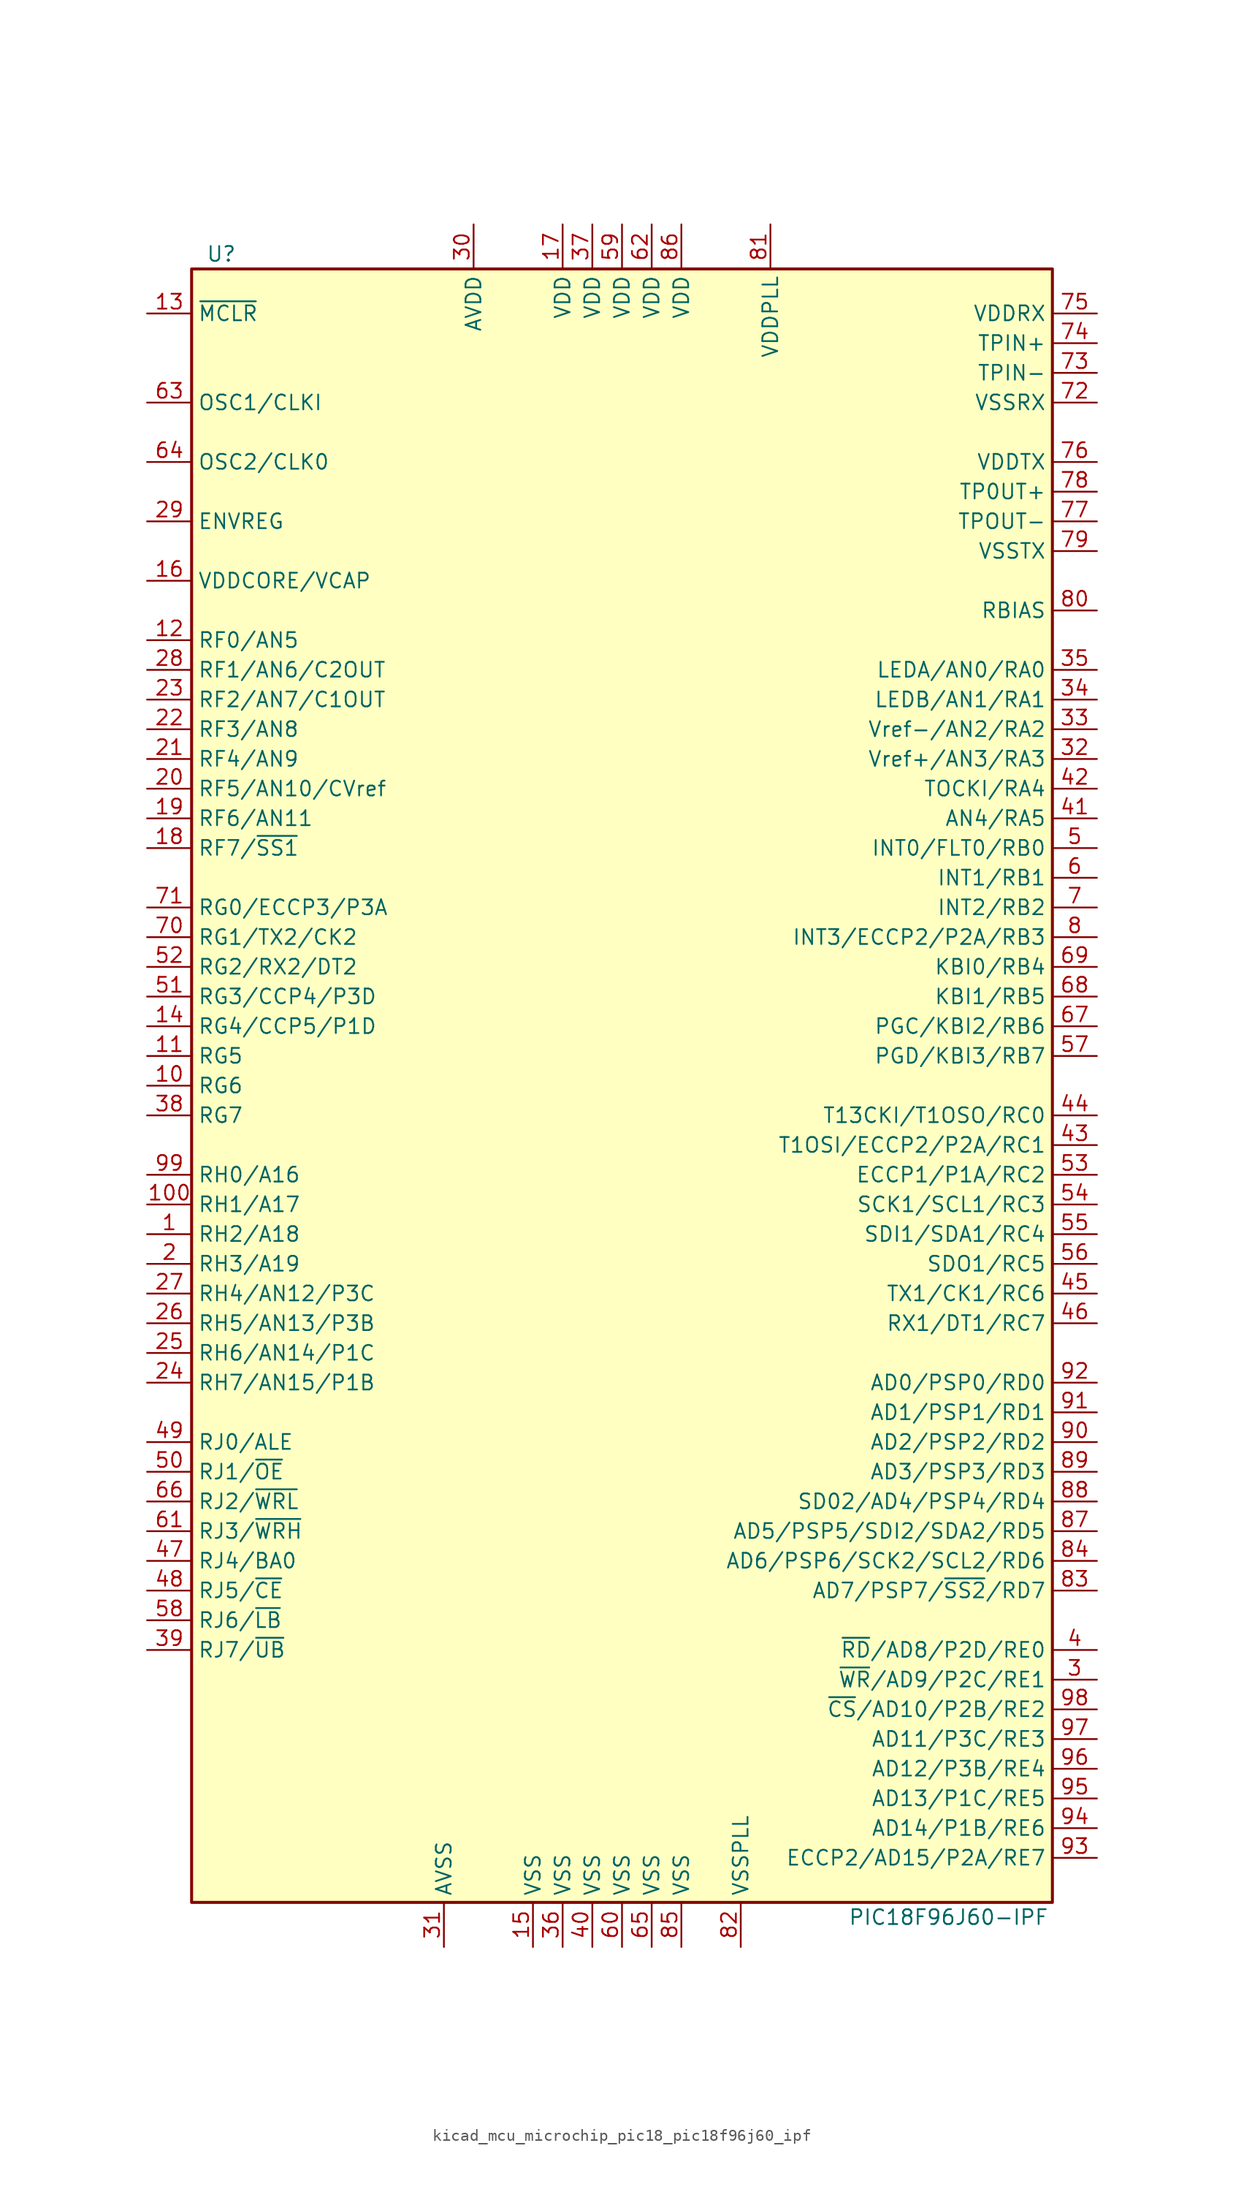
<source format=kicad_sym>
(kicad_symbol_lib
  (version 20220914)
  (generator kicad_symbol_editor)
  (symbol "kicad_mcu_microchip_pic18_pic18f96j60_ipf"
    (property "Reference" "U"
      (at -34.29 71.12 0)
      (effects (font (size 1.27 1.27))))
    (property "Value" "PIC18F96J60-IPF"
      (at 27.94 -71.12 0)
      (effects (font (size 1.27 1.27))))
    (symbol "kicad_mcu_microchip_pic18_pic18f96j60_ipf_0_1"
      (rectangle (start -36.83 69.85) (end 36.83 -69.85) (stroke (width 0.254) (type default)) (fill (type background))))
    (symbol "kicad_mcu_microchip_pic18_pic18f96j60_ipf_1_1"
      (pin bidirectional line (at -40.64 -12.7 0) (length 3.81) (name "RH2/A18" (effects (font (size 1.27 1.27)))) (number "1" (effects (font (size 1.27 1.27)))))
      (pin bidirectional line (at -40.64 0 0) (length 3.81) (name "RG6" (effects (font (size 1.27 1.27)))) (number "10" (effects (font (size 1.27 1.27)))))
      (pin bidirectional line (at -40.64 -10.16 0) (length 3.81) (name "RH1/A17" (effects (font (size 1.27 1.27)))) (number "100" (effects (font (size 1.27 1.27)))))
      (pin bidirectional line (at -40.64 2.54 0) (length 3.81) (name "RG5" (effects (font (size 1.27 1.27)))) (number "11" (effects (font (size 1.27 1.27)))))
      (pin bidirectional line (at -40.64 38.1 0) (length 3.81) (name "RF0/AN5" (effects (font (size 1.27 1.27)))) (number "12" (effects (font (size 1.27 1.27)))))
      (pin input line (at -40.64 66.04 0) (length 3.81) (name "~{MCLR}" (effects (font (size 1.27 1.27)))) (number "13" (effects (font (size 1.27 1.27)))))
      (pin bidirectional line (at -40.64 5.08 0) (length 3.81) (name "RG4/CCP5/P1D" (effects (font (size 1.27 1.27)))) (number "14" (effects (font (size 1.27 1.27)))))
      (pin power_in line (at -7.62 -73.66 90) (length 3.81) (name "VSS" (effects (font (size 1.27 1.27)))) (number "15" (effects (font (size 1.27 1.27)))))
      (pin passive line (at -40.64 43.18 0) (length 3.81) (name "VDDCORE/VCAP" (effects (font (size 1.27 1.27)))) (number "16" (effects (font (size 1.27 1.27)))))
      (pin power_in line (at -5.08 73.66 270) (length 3.81) (name "VDD" (effects (font (size 1.27 1.27)))) (number "17" (effects (font (size 1.27 1.27)))))
      (pin bidirectional line (at -40.64 20.32 0) (length 3.81) (name "RF7/~{SS1}" (effects (font (size 1.27 1.27)))) (number "18" (effects (font (size 1.27 1.27)))))
      (pin bidirectional line (at -40.64 22.86 0) (length 3.81) (name "RF6/AN11" (effects (font (size 1.27 1.27)))) (number "19" (effects (font (size 1.27 1.27)))))
      (pin bidirectional line (at -40.64 -15.24 0) (length 3.81) (name "RH3/A19" (effects (font (size 1.27 1.27)))) (number "2" (effects (font (size 1.27 1.27)))))
      (pin bidirectional line (at -40.64 25.4 0) (length 3.81) (name "RF5/AN10/CVref" (effects (font (size 1.27 1.27)))) (number "20" (effects (font (size 1.27 1.27)))))
      (pin bidirectional line (at -40.64 27.94 0) (length 3.81) (name "RF4/AN9" (effects (font (size 1.27 1.27)))) (number "21" (effects (font (size 1.27 1.27)))))
      (pin bidirectional line (at -40.64 30.48 0) (length 3.81) (name "RF3/AN8" (effects (font (size 1.27 1.27)))) (number "22" (effects (font (size 1.27 1.27)))))
      (pin bidirectional line (at -40.64 33.02 0) (length 3.81) (name "RF2/AN7/C1OUT" (effects (font (size 1.27 1.27)))) (number "23" (effects (font (size 1.27 1.27)))))
      (pin bidirectional line (at -40.64 -25.4 0) (length 3.81) (name "RH7/AN15/P1B" (effects (font (size 1.27 1.27)))) (number "24" (effects (font (size 1.27 1.27)))))
      (pin bidirectional line (at -40.64 -22.86 0) (length 3.81) (name "RH6/AN14/P1C" (effects (font (size 1.27 1.27)))) (number "25" (effects (font (size 1.27 1.27)))))
      (pin bidirectional line (at -40.64 -20.32 0) (length 3.81) (name "RH5/AN13/P3B" (effects (font (size 1.27 1.27)))) (number "26" (effects (font (size 1.27 1.27)))))
      (pin bidirectional line (at -40.64 -17.78 0) (length 3.81) (name "RH4/AN12/P3C" (effects (font (size 1.27 1.27)))) (number "27" (effects (font (size 1.27 1.27)))))
      (pin bidirectional line (at -40.64 35.56 0) (length 3.81) (name "RF1/AN6/C2OUT" (effects (font (size 1.27 1.27)))) (number "28" (effects (font (size 1.27 1.27)))))
      (pin passive line (at -40.64 48.26 0) (length 3.81) (name "ENVREG" (effects (font (size 1.27 1.27)))) (number "29" (effects (font (size 1.27 1.27)))))
      (pin bidirectional line (at 40.64 -50.8 180) (length 3.81) (name "~{WR}/AD9/P2C/RE1" (effects (font (size 1.27 1.27)))) (number "3" (effects (font (size 1.27 1.27)))))
      (pin power_in line (at -12.7 73.66 270) (length 3.81) (name "AVDD" (effects (font (size 1.27 1.27)))) (number "30" (effects (font (size 1.27 1.27)))))
      (pin power_in line (at -15.24 -73.66 90) (length 3.81) (name "AVSS" (effects (font (size 1.27 1.27)))) (number "31" (effects (font (size 1.27 1.27)))))
      (pin bidirectional line (at 40.64 27.94 180) (length 3.81) (name "Vref+/AN3/RA3" (effects (font (size 1.27 1.27)))) (number "32" (effects (font (size 1.27 1.27)))))
      (pin bidirectional line (at 40.64 30.48 180) (length 3.81) (name "Vref-/AN2/RA2" (effects (font (size 1.27 1.27)))) (number "33" (effects (font (size 1.27 1.27)))))
      (pin bidirectional line (at 40.64 33.02 180) (length 3.81) (name "LEDB/AN1/RA1" (effects (font (size 1.27 1.27)))) (number "34" (effects (font (size 1.27 1.27)))))
      (pin bidirectional line (at 40.64 35.56 180) (length 3.81) (name "LEDA/AN0/RA0" (effects (font (size 1.27 1.27)))) (number "35" (effects (font (size 1.27 1.27)))))
      (pin power_in line (at -5.08 -73.66 90) (length 3.81) (name "VSS" (effects (font (size 1.27 1.27)))) (number "36" (effects (font (size 1.27 1.27)))))
      (pin power_in line (at -2.54 73.66 270) (length 3.81) (name "VDD" (effects (font (size 1.27 1.27)))) (number "37" (effects (font (size 1.27 1.27)))))
      (pin bidirectional line (at -40.64 -2.54 0) (length 3.81) (name "RG7" (effects (font (size 1.27 1.27)))) (number "38" (effects (font (size 1.27 1.27)))))
      (pin bidirectional line (at -40.64 -48.26 0) (length 3.81) (name "RJ7/~{UB}" (effects (font (size 1.27 1.27)))) (number "39" (effects (font (size 1.27 1.27)))))
      (pin bidirectional line (at 40.64 -48.26 180) (length 3.81) (name "~{RD}/AD8/P2D/RE0" (effects (font (size 1.27 1.27)))) (number "4" (effects (font (size 1.27 1.27)))))
      (pin power_in line (at -2.54 -73.66 90) (length 3.81) (name "VSS" (effects (font (size 1.27 1.27)))) (number "40" (effects (font (size 1.27 1.27)))))
      (pin bidirectional line (at 40.64 22.86 180) (length 3.81) (name "AN4/RA5" (effects (font (size 1.27 1.27)))) (number "41" (effects (font (size 1.27 1.27)))))
      (pin bidirectional line (at 40.64 25.4 180) (length 3.81) (name "TOCKI/RA4" (effects (font (size 1.27 1.27)))) (number "42" (effects (font (size 1.27 1.27)))))
      (pin bidirectional line (at 40.64 -5.08 180) (length 3.81) (name "T1OSI/ECCP2/P2A/RC1" (effects (font (size 1.27 1.27)))) (number "43" (effects (font (size 1.27 1.27)))))
      (pin bidirectional line (at 40.64 -2.54 180) (length 3.81) (name "T13CKI/T1OSO/RC0" (effects (font (size 1.27 1.27)))) (number "44" (effects (font (size 1.27 1.27)))))
      (pin bidirectional line (at 40.64 -17.78 180) (length 3.81) (name "TX1/CK1/RC6" (effects (font (size 1.27 1.27)))) (number "45" (effects (font (size 1.27 1.27)))))
      (pin bidirectional line (at 40.64 -20.32 180) (length 3.81) (name "RX1/DT1/RC7" (effects (font (size 1.27 1.27)))) (number "46" (effects (font (size 1.27 1.27)))))
      (pin bidirectional line (at -40.64 -40.64 0) (length 3.81) (name "RJ4/BA0" (effects (font (size 1.27 1.27)))) (number "47" (effects (font (size 1.27 1.27)))))
      (pin bidirectional line (at -40.64 -43.18 0) (length 3.81) (name "RJ5/~{CE}" (effects (font (size 1.27 1.27)))) (number "48" (effects (font (size 1.27 1.27)))))
      (pin bidirectional line (at -40.64 -30.48 0) (length 3.81) (name "RJ0/ALE" (effects (font (size 1.27 1.27)))) (number "49" (effects (font (size 1.27 1.27)))))
      (pin bidirectional line (at 40.64 20.32 180) (length 3.81) (name "INT0/FLT0/RB0" (effects (font (size 1.27 1.27)))) (number "5" (effects (font (size 1.27 1.27)))))
      (pin bidirectional line (at -40.64 -33.02 0) (length 3.81) (name "RJ1/~{OE}" (effects (font (size 1.27 1.27)))) (number "50" (effects (font (size 1.27 1.27)))))
      (pin bidirectional line (at -40.64 7.62 0) (length 3.81) (name "RG3/CCP4/P3D" (effects (font (size 1.27 1.27)))) (number "51" (effects (font (size 1.27 1.27)))))
      (pin bidirectional line (at -40.64 10.16 0) (length 3.81) (name "RG2/RX2/DT2" (effects (font (size 1.27 1.27)))) (number "52" (effects (font (size 1.27 1.27)))))
      (pin bidirectional line (at 40.64 -7.62 180) (length 3.81) (name "ECCP1/P1A/RC2" (effects (font (size 1.27 1.27)))) (number "53" (effects (font (size 1.27 1.27)))))
      (pin bidirectional line (at 40.64 -10.16 180) (length 3.81) (name "SCK1/SCL1/RC3" (effects (font (size 1.27 1.27)))) (number "54" (effects (font (size 1.27 1.27)))))
      (pin bidirectional line (at 40.64 -12.7 180) (length 3.81) (name "SDI1/SDA1/RC4" (effects (font (size 1.27 1.27)))) (number "55" (effects (font (size 1.27 1.27)))))
      (pin bidirectional line (at 40.64 -15.24 180) (length 3.81) (name "SDO1/RC5" (effects (font (size 1.27 1.27)))) (number "56" (effects (font (size 1.27 1.27)))))
      (pin bidirectional line (at 40.64 2.54 180) (length 3.81) (name "PGD/KBI3/RB7" (effects (font (size 1.27 1.27)))) (number "57" (effects (font (size 1.27 1.27)))))
      (pin bidirectional line (at -40.64 -45.72 0) (length 3.81) (name "RJ6/~{LB}" (effects (font (size 1.27 1.27)))) (number "58" (effects (font (size 1.27 1.27)))))
      (pin power_in line (at 0 73.66 270) (length 3.81) (name "VDD" (effects (font (size 1.27 1.27)))) (number "59" (effects (font (size 1.27 1.27)))))
      (pin bidirectional line (at 40.64 17.78 180) (length 3.81) (name "INT1/RB1" (effects (font (size 1.27 1.27)))) (number "6" (effects (font (size 1.27 1.27)))))
      (pin power_in line (at 0 -73.66 90) (length 3.81) (name "VSS" (effects (font (size 1.27 1.27)))) (number "60" (effects (font (size 1.27 1.27)))))
      (pin bidirectional line (at -40.64 -38.1 0) (length 3.81) (name "RJ3/~{WRH}" (effects (font (size 1.27 1.27)))) (number "61" (effects (font (size 1.27 1.27)))))
      (pin power_in line (at 2.54 73.66 270) (length 3.81) (name "VDD" (effects (font (size 1.27 1.27)))) (number "62" (effects (font (size 1.27 1.27)))))
      (pin input line (at -40.64 58.42 0) (length 3.81) (name "OSC1/CLKI" (effects (font (size 1.27 1.27)))) (number "63" (effects (font (size 1.27 1.27)))))
      (pin output line (at -40.64 53.34 0) (length 3.81) (name "OSC2/CLK0" (effects (font (size 1.27 1.27)))) (number "64" (effects (font (size 1.27 1.27)))))
      (pin power_in line (at 2.54 -73.66 90) (length 3.81) (name "VSS" (effects (font (size 1.27 1.27)))) (number "65" (effects (font (size 1.27 1.27)))))
      (pin bidirectional line (at -40.64 -35.56 0) (length 3.81) (name "RJ2/~{WRL}" (effects (font (size 1.27 1.27)))) (number "66" (effects (font (size 1.27 1.27)))))
      (pin bidirectional line (at 40.64 5.08 180) (length 3.81) (name "PGC/KBI2/RB6" (effects (font (size 1.27 1.27)))) (number "67" (effects (font (size 1.27 1.27)))))
      (pin bidirectional line (at 40.64 7.62 180) (length 3.81) (name "KBI1/RB5" (effects (font (size 1.27 1.27)))) (number "68" (effects (font (size 1.27 1.27)))))
      (pin bidirectional line (at 40.64 10.16 180) (length 3.81) (name "KBI0/RB4" (effects (font (size 1.27 1.27)))) (number "69" (effects (font (size 1.27 1.27)))))
      (pin bidirectional line (at 40.64 15.24 180) (length 3.81) (name "INT2/RB2" (effects (font (size 1.27 1.27)))) (number "7" (effects (font (size 1.27 1.27)))))
      (pin bidirectional line (at -40.64 12.7 0) (length 3.81) (name "RG1/TX2/CK2" (effects (font (size 1.27 1.27)))) (number "70" (effects (font (size 1.27 1.27)))))
      (pin bidirectional line (at -40.64 15.24 0) (length 3.81) (name "RG0/ECCP3/P3A" (effects (font (size 1.27 1.27)))) (number "71" (effects (font (size 1.27 1.27)))))
      (pin power_in line (at 40.64 58.42 180) (length 3.81) (name "VSSRX" (effects (font (size 1.27 1.27)))) (number "72" (effects (font (size 1.27 1.27)))))
      (pin passive line (at 40.64 60.96 180) (length 3.81) (name "TPIN-" (effects (font (size 1.27 1.27)))) (number "73" (effects (font (size 1.27 1.27)))))
      (pin passive line (at 40.64 63.5 180) (length 3.81) (name "TPIN+" (effects (font (size 1.27 1.27)))) (number "74" (effects (font (size 1.27 1.27)))))
      (pin power_in line (at 40.64 66.04 180) (length 3.81) (name "VDDRX" (effects (font (size 1.27 1.27)))) (number "75" (effects (font (size 1.27 1.27)))))
      (pin power_in line (at 40.64 53.34 180) (length 3.81) (name "VDDTX" (effects (font (size 1.27 1.27)))) (number "76" (effects (font (size 1.27 1.27)))))
      (pin passive line (at 40.64 48.26 180) (length 3.81) (name "TPOUT-" (effects (font (size 1.27 1.27)))) (number "77" (effects (font (size 1.27 1.27)))))
      (pin passive line (at 40.64 50.8 180) (length 3.81) (name "TP0UT+" (effects (font (size 1.27 1.27)))) (number "78" (effects (font (size 1.27 1.27)))))
      (pin power_in line (at 40.64 45.72 180) (length 3.81) (name "VSSTX" (effects (font (size 1.27 1.27)))) (number "79" (effects (font (size 1.27 1.27)))))
      (pin bidirectional line (at 40.64 12.7 180) (length 3.81) (name "INT3/ECCP2/P2A/RB3" (effects (font (size 1.27 1.27)))) (number "8" (effects (font (size 1.27 1.27)))))
      (pin passive line (at 40.64 40.64 180) (length 3.81) (name "RBIAS" (effects (font (size 1.27 1.27)))) (number "80" (effects (font (size 1.27 1.27)))))
      (pin power_in line (at 12.7 73.66 270) (length 3.81) (name "VDDPLL" (effects (font (size 1.27 1.27)))) (number "81" (effects (font (size 1.27 1.27)))))
      (pin power_in line (at 10.16 -73.66 90) (length 3.81) (name "VSSPLL" (effects (font (size 1.27 1.27)))) (number "82" (effects (font (size 1.27 1.27)))))
      (pin bidirectional line (at 40.64 -43.18 180) (length 3.81) (name "AD7/PSP7/~{SS2}/RD7" (effects (font (size 1.27 1.27)))) (number "83" (effects (font (size 1.27 1.27)))))
      (pin bidirectional line (at 40.64 -40.64 180) (length 3.81) (name "AD6/PSP6/SCK2/SCL2/RD6" (effects (font (size 1.27 1.27)))) (number "84" (effects (font (size 1.27 1.27)))))
      (pin power_in line (at 5.08 -73.66 90) (length 3.81) (name "VSS" (effects (font (size 1.27 1.27)))) (number "85" (effects (font (size 1.27 1.27)))))
      (pin power_in line (at 5.08 73.66 270) (length 3.81) (name "VDD" (effects (font (size 1.27 1.27)))) (number "86" (effects (font (size 1.27 1.27)))))
      (pin bidirectional line (at 40.64 -38.1 180) (length 3.81) (name "AD5/PSP5/SDI2/SDA2/RD5" (effects (font (size 1.27 1.27)))) (number "87" (effects (font (size 1.27 1.27)))))
      (pin bidirectional line (at 40.64 -35.56 180) (length 3.81) (name "SD02/AD4/PSP4/RD4" (effects (font (size 1.27 1.27)))) (number "88" (effects (font (size 1.27 1.27)))))
      (pin bidirectional line (at 40.64 -33.02 180) (length 3.81) (name "AD3/PSP3/RD3" (effects (font (size 1.27 1.27)))) (number "89" (effects (font (size 1.27 1.27)))))
      (pin no_connect line (at -20.32 -69.85 90) (length 3.81) hide (name "NC" (effects (font (size 1.27 1.27)))) (number "9" (effects (font (size 1.27 1.27)))))
      (pin bidirectional line (at 40.64 -30.48 180) (length 3.81) (name "AD2/PSP2/RD2" (effects (font (size 1.27 1.27)))) (number "90" (effects (font (size 1.27 1.27)))))
      (pin bidirectional line (at 40.64 -27.94 180) (length 3.81) (name "AD1/PSP1/RD1" (effects (font (size 1.27 1.27)))) (number "91" (effects (font (size 1.27 1.27)))))
      (pin bidirectional line (at 40.64 -25.4 180) (length 3.81) (name "AD0/PSP0/RD0" (effects (font (size 1.27 1.27)))) (number "92" (effects (font (size 1.27 1.27)))))
      (pin bidirectional line (at 40.64 -66.04 180) (length 3.81) (name "ECCP2/AD15/P2A/RE7" (effects (font (size 1.27 1.27)))) (number "93" (effects (font (size 1.27 1.27)))))
      (pin bidirectional line (at 40.64 -63.5 180) (length 3.81) (name "AD14/P1B/RE6" (effects (font (size 1.27 1.27)))) (number "94" (effects (font (size 1.27 1.27)))))
      (pin bidirectional line (at 40.64 -60.96 180) (length 3.81) (name "AD13/P1C/RE5" (effects (font (size 1.27 1.27)))) (number "95" (effects (font (size 1.27 1.27)))))
      (pin bidirectional line (at 40.64 -58.42 180) (length 3.81) (name "AD12/P3B/RE4" (effects (font (size 1.27 1.27)))) (number "96" (effects (font (size 1.27 1.27)))))
      (pin bidirectional line (at 40.64 -55.88 180) (length 3.81) (name "AD11/P3C/RE3" (effects (font (size 1.27 1.27)))) (number "97" (effects (font (size 1.27 1.27)))))
      (pin bidirectional line (at 40.64 -53.34 180) (length 3.81) (name "~{CS}/AD10/P2B/RE2" (effects (font (size 1.27 1.27)))) (number "98" (effects (font (size 1.27 1.27)))))
      (pin bidirectional line (at -40.64 -7.62 0) (length 3.81) (name "RH0/A16" (effects (font (size 1.27 1.27)))) (number "99" (effects (font (size 1.27 1.27))))))))
</source>
